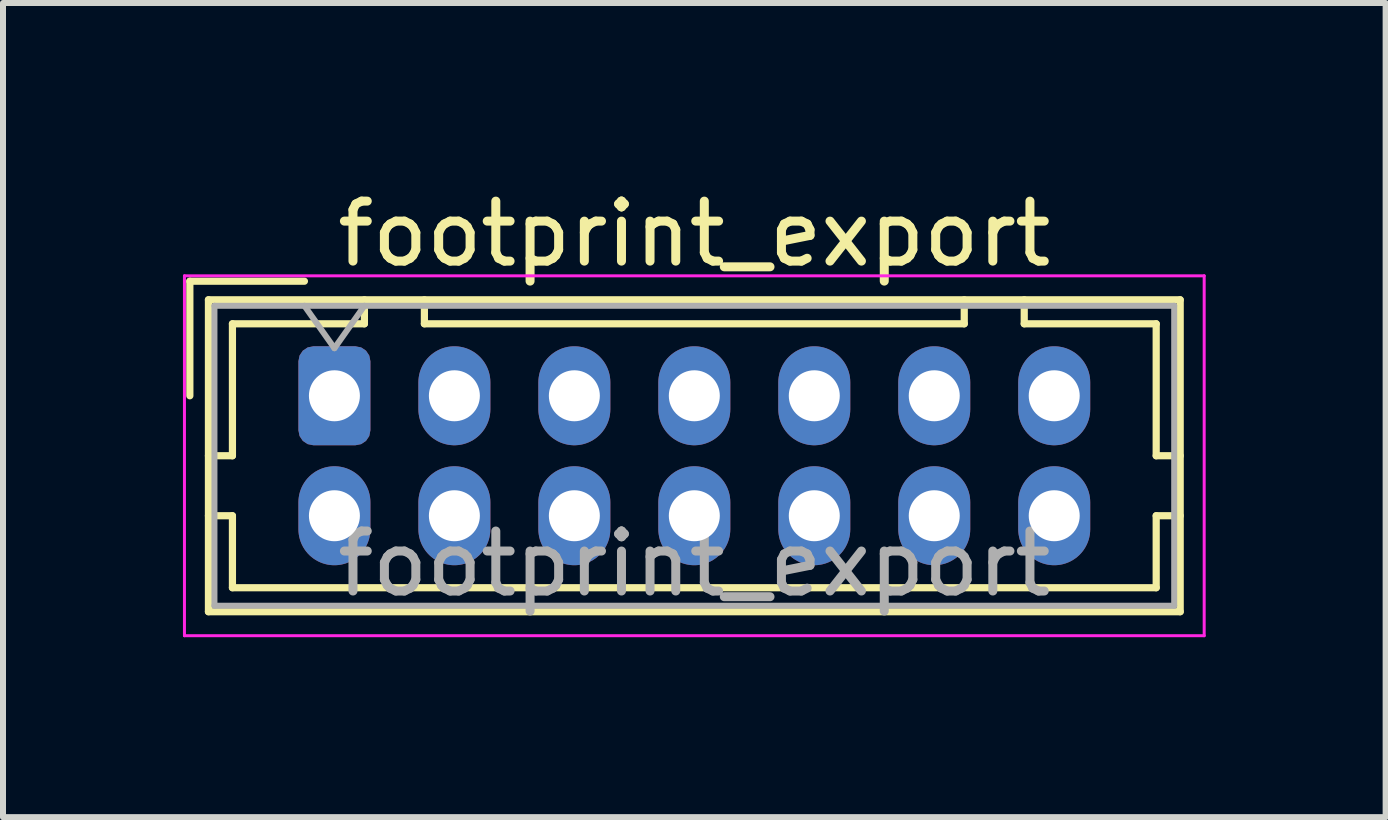
<source format=kicad_pcb>
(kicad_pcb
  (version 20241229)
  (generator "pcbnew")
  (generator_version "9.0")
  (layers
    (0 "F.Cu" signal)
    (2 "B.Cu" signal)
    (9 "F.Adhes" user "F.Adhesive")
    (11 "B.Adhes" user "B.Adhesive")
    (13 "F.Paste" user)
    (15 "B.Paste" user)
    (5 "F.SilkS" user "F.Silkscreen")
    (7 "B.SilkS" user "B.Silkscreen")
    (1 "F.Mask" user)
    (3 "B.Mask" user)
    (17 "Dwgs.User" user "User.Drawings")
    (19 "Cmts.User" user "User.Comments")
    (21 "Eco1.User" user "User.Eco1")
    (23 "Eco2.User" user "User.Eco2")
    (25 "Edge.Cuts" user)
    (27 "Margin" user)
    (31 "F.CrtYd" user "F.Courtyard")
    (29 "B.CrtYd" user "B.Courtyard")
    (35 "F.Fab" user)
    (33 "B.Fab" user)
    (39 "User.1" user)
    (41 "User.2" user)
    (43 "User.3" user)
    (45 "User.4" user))
  (footprint "footprint_export"
    (layer "F.Cu")
    (at 2.525 3.548)
    (property "Reference" "footprint_export" (at 6 -2.7 0) (layer "F.SilkS") (effects (font (size 1 1) (thickness 0.15))))
    (attr through_hole)
    (fp_line (start -2.41 -1.91) (end -0.5 -1.91) (stroke (width 0.12) (type solid)) (layer "F.SilkS"))
    (fp_line (start -2.41 0) (end -2.41 -1.91) (stroke (width 0.12) (type solid)) (layer "F.SilkS"))
    (fp_line (start -2.1 -1.6) (end -2.1 3.6) (stroke (width 0.12) (type solid)) (layer "F.SilkS"))
    (fp_line (start -2.1 1) (end -1.7 1) (stroke (width 0.12) (type solid)) (layer "F.SilkS"))
    (fp_line (start -2.1 2) (end -1.7 2) (stroke (width 0.12) (type solid)) (layer "F.SilkS"))
    (fp_line (start -2.1 3.6) (end 14.1 3.6) (stroke (width 0.12) (type solid)) (layer "F.SilkS"))
    (fp_line (start -1.7 -1.2) (end 0.5 -1.2) (stroke (width 0.12) (type solid)) (layer "F.SilkS"))
    (fp_line (start -1.7 1) (end -1.7 -1.2) (stroke (width 0.12) (type solid)) (layer "F.SilkS"))
    (fp_line (start -1.7 2) (end -1.7 3.2) (stroke (width 0.12) (type solid)) (layer "F.SilkS"))
    (fp_line (start -1.7 3.2) (end 13.7 3.2) (stroke (width 0.12) (type solid)) (layer "F.SilkS"))
    (fp_line (start 0.5 -1.2) (end 0.5 -1.6) (stroke (width 0.12) (type solid)) (layer "F.SilkS"))
    (fp_line (start 1.5 -1.6) (end 1.5 -1.2) (stroke (width 0.12) (type solid)) (layer "F.SilkS"))
    (fp_line (start 1.5 -1.2) (end 10.5 -1.2) (stroke (width 0.12) (type solid)) (layer "F.SilkS"))
    (fp_line (start 10.5 -1.2) (end 10.5 -1.6) (stroke (width 0.12) (type solid)) (layer "F.SilkS"))
    (fp_line (start 11.5 -1.2) (end 11.5 -1.6) (stroke (width 0.12) (type solid)) (layer "F.SilkS"))
    (fp_line (start 13.7 -1.2) (end 11.5 -1.2) (stroke (width 0.12) (type solid)) (layer "F.SilkS"))
    (fp_line (start 13.7 1) (end 13.7 -1.2) (stroke (width 0.12) (type solid)) (layer "F.SilkS"))
    (fp_line (start 13.7 2) (end 14.1 2) (stroke (width 0.12) (type solid)) (layer "F.SilkS"))
    (fp_line (start 13.7 3.2) (end 13.7 2) (stroke (width 0.12) (type solid)) (layer "F.SilkS"))
    (fp_line (start 14.1 -1.6) (end -2.1 -1.6) (stroke (width 0.12) (type solid)) (layer "F.SilkS"))
    (fp_line (start 14.1 1) (end 13.7 1) (stroke (width 0.12) (type solid)) (layer "F.SilkS"))
    (fp_line (start 14.1 3.6) (end 14.1 -1.6) (stroke (width 0.12) (type solid)) (layer "F.SilkS"))
    (fp_line (start -2.5 -2) (end -2.5 4) (stroke (width 0.05) (type solid)) (layer "F.CrtYd"))
    (fp_line (start -2.5 4) (end 14.5 4) (stroke (width 0.05) (type solid)) (layer "F.CrtYd"))
    (fp_line (start 14.5 -2) (end -2.5 -2) (stroke (width 0.05) (type solid)) (layer "F.CrtYd"))
    (fp_line (start 14.5 4) (end 14.5 -2) (stroke (width 0.05) (type solid)) (layer "F.CrtYd"))
    (fp_line (start -2 -1.5) (end -2 3.5) (stroke (width 0.1) (type solid)) (layer "F.Fab"))
    (fp_line (start -2 3.5) (end 14 3.5) (stroke (width 0.1) (type solid)) (layer "F.Fab"))
    (fp_line (start -0.5 -1.5) (end 0 -0.793) (stroke (width 0.1) (type solid)) (layer "F.Fab"))
    (fp_line (start 0 -0.793) (end 0.5 -1.5) (stroke (width 0.1) (type solid)) (layer "F.Fab"))
    (fp_line (start 14 -1.5) (end -2 -1.5) (stroke (width 0.1) (type solid)) (layer "F.Fab"))
    (fp_line (start 14 3.5) (end 14 -1.5) (stroke (width 0.1) (type solid)) (layer "F.Fab"))
    (fp_text user "${REFERENCE}" (at 6 2.8 0) (layer "F.Fab") (effects (font (size 1 1) (thickness 0.15))))
    (pad "1" thru_hole roundrect (at 0 0) (size 1.2 1.65) (drill 0.85) (layers "*.Cu" "*.Mask") (roundrect_rratio 0.208))
    (pad "2" thru_hole oval (at 0 2) (size 1.2 1.65) (drill 0.85) (layers "*.Cu" "*.Mask"))
    (pad "3" thru_hole oval (at 2 0) (size 1.2 1.65) (drill 0.85) (layers "*.Cu" "*.Mask"))
    (pad "4" thru_hole oval (at 2 2) (size 1.2 1.65) (drill 0.85) (layers "*.Cu" "*.Mask"))
    (pad "5" thru_hole oval (at 4 0) (size 1.2 1.65) (drill 0.85) (layers "*.Cu" "*.Mask"))
    (pad "6" thru_hole oval (at 4 2) (size 1.2 1.65) (drill 0.85) (layers "*.Cu" "*.Mask"))
    (pad "7" thru_hole oval (at 6 0) (size 1.2 1.65) (drill 0.85) (layers "*.Cu" "*.Mask"))
    (pad "8" thru_hole oval (at 6 2) (size 1.2 1.65) (drill 0.85) (layers "*.Cu" "*.Mask"))
    (pad "9" thru_hole oval (at 8 0) (size 1.2 1.65) (drill 0.85) (layers "*.Cu" "*.Mask"))
    (pad "10" thru_hole oval (at 8 2) (size 1.2 1.65) (drill 0.85) (layers "*.Cu" "*.Mask"))
    (pad "11" thru_hole oval (at 10 0) (size 1.2 1.65) (drill 0.85) (layers "*.Cu" "*.Mask"))
    (pad "12" thru_hole oval (at 10 2) (size 1.2 1.65) (drill 0.85) (layers "*.Cu" "*.Mask"))
    (pad "13" thru_hole oval (at 12 0) (size 1.2 1.65) (drill 0.85) (layers "*.Cu" "*.Mask"))
    (pad "14" thru_hole oval (at 12 2) (size 1.2 1.65) (drill 0.85) (layers "*.Cu" "*.Mask")))
  (gr_rect
    (start -3 -3)
    (end 20.05 10.573)
    (stroke (width 0.1) (type default))
    (fill no)
    (layer "Edge.Cuts")))
</source>
